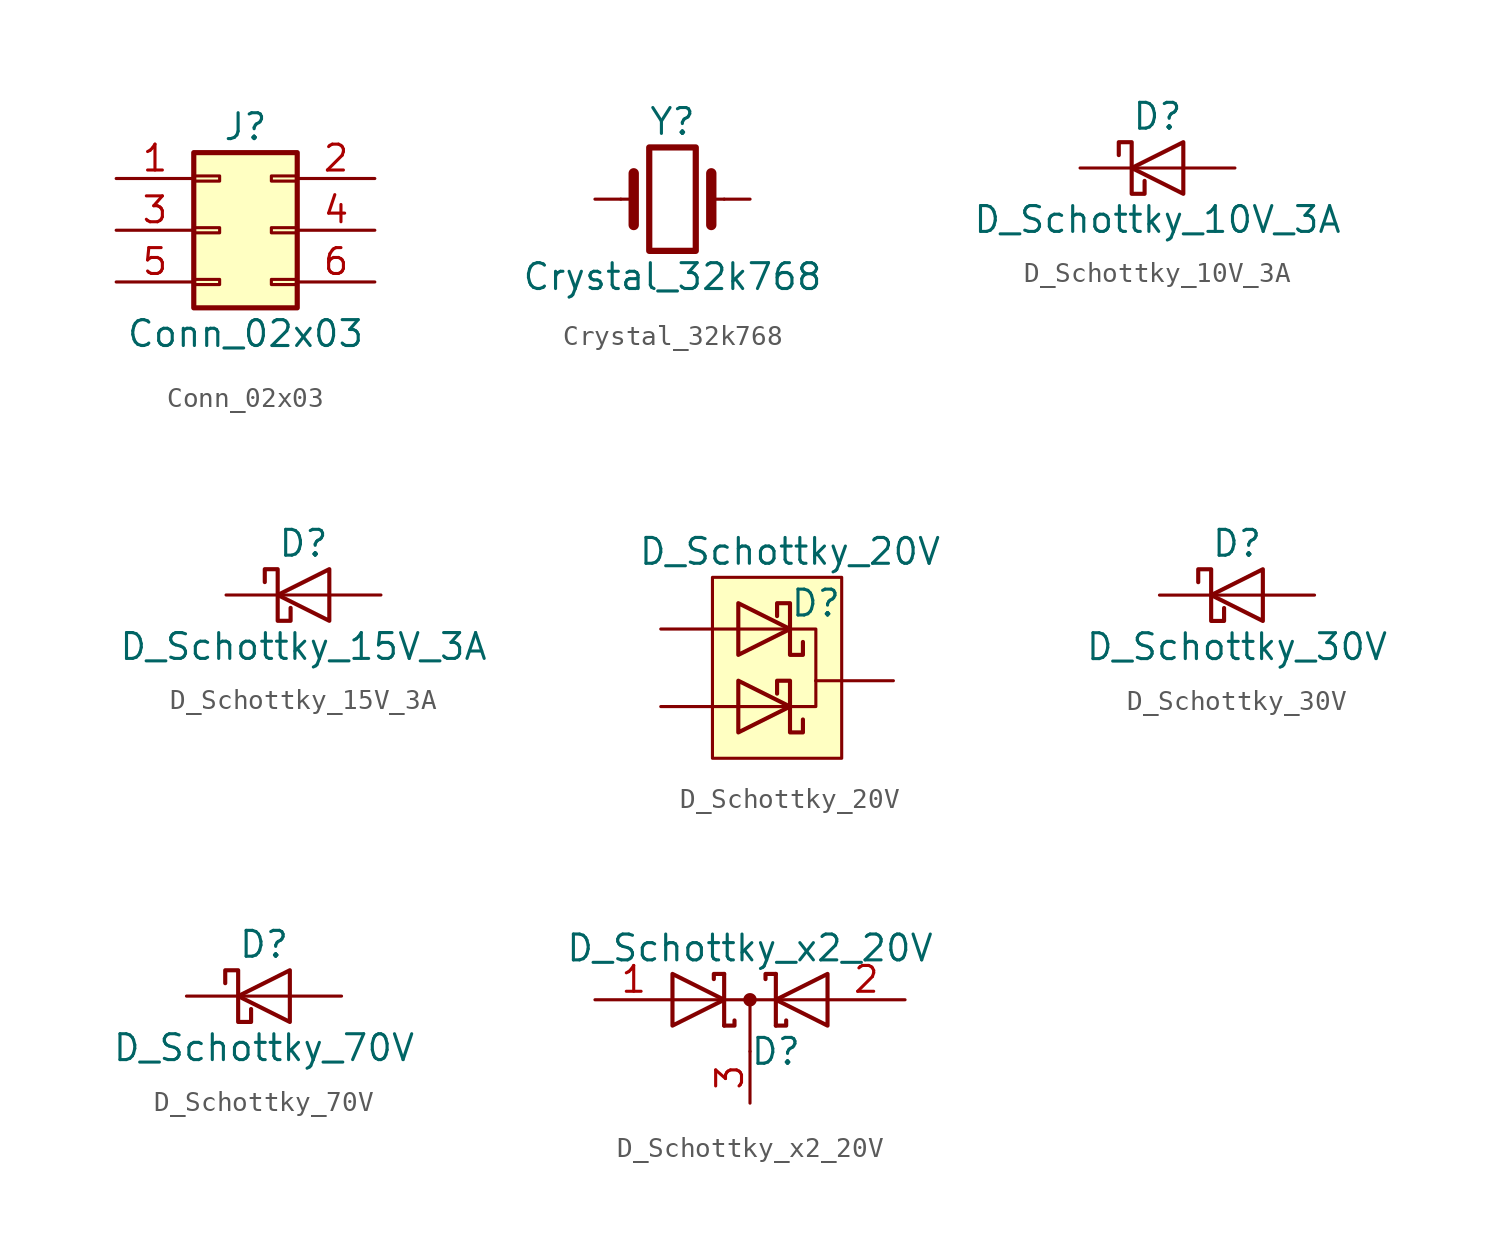
<source format=kicad_sym>
(kicad_symbol_lib
  (version 20211014)
  (generator kicad_symbol_editor)
  (symbol "Conn_02x03"
    (pin_names
      (offset 1.016) hide)
    (property "Reference" "J"
      (at 1.27 5.08 0)
      (effects (font (size 1.27 1.27))))
    (property "Value" "Conn_02x03"
      (at 1.27 -5.08 0)
      (effects (font (size 1.27 1.27))))
    (symbol "Conn_02x03_1_1"
      (rectangle (start -1.27 -2.413) (end 0 -2.667) (stroke (width 0.152) (type default) (color 0 0 0 0)) (fill (type none)))
      (rectangle (start -1.27 0.127) (end 0 -0.127) (stroke (width 0.152) (type default) (color 0 0 0 0)) (fill (type none)))
      (rectangle (start -1.27 2.667) (end 0 2.413) (stroke (width 0.152) (type default) (color 0 0 0 0)) (fill (type none)))
      (rectangle (start -1.27 3.81) (end 3.81 -3.81) (stroke (width 0.254) (type default) (color 0 0 0 0)) (fill (type background)))
      (rectangle (start 3.81 -2.413) (end 2.54 -2.667) (stroke (width 0.152) (type default) (color 0 0 0 0)) (fill (type none)))
      (rectangle (start 3.81 0.127) (end 2.54 -0.127) (stroke (width 0.152) (type default) (color 0 0 0 0)) (fill (type none)))
      (rectangle (start 3.81 2.667) (end 2.54 2.413) (stroke (width 0.152) (type default) (color 0 0 0 0)) (fill (type none)))
      (pin passive line (at -5.08 2.54 0) (length 3.81) (name "Pin_1" (effects (font (size 1.27 1.27)))) (number "1" (effects (font (size 1.27 1.27)))))
      (pin passive line (at 7.62 2.54 180) (length 3.81) (name "Pin_2" (effects (font (size 1.27 1.27)))) (number "2" (effects (font (size 1.27 1.27)))))
      (pin passive line (at -5.08 0 0) (length 3.81) (name "Pin_3" (effects (font (size 1.27 1.27)))) (number "3" (effects (font (size 1.27 1.27)))))
      (pin passive line (at 7.62 0 180) (length 3.81) (name "Pin_4" (effects (font (size 1.27 1.27)))) (number "4" (effects (font (size 1.27 1.27)))))
      (pin passive line (at -5.08 -2.54 0) (length 3.81) (name "Pin_5" (effects (font (size 1.27 1.27)))) (number "5" (effects (font (size 1.27 1.27)))))
      (pin passive line (at 7.62 -2.54 180) (length 3.81) (name "Pin_6" (effects (font (size 1.27 1.27)))) (number "6" (effects (font (size 1.27 1.27)))))))
  (symbol "Crystal_32k768"
    (pin_numbers hide)
    (pin_names
      (offset 1.016) hide)
    (property "Reference" "Y"
      (at 0 3.81 0)
      (effects (font (size 1.27 1.27))))
    (property "Value" "Crystal_32k768"
      (at 0 -3.81 0)
      (effects (font (size 1.27 1.27))))
    (symbol "Crystal_32k768_0_1"
      (rectangle (start -1.143 2.54) (end 1.143 -2.54) (stroke (width 0.305) (type default) (color 0 0 0 0)) (fill (type none)))
      (polyline (pts (xy -2.54 0) (xy -1.905 0)) (stroke (width 0) (type default) (color 0 0 0 0)) (fill (type none)))
      (polyline (pts (xy -1.905 -1.27) (xy -1.905 1.27)) (stroke (width 0.508) (type default) (color 0 0 0 0)) (fill (type none)))
      (polyline (pts (xy 1.905 -1.27) (xy 1.905 1.27)) (stroke (width 0.508) (type default) (color 0 0 0 0)) (fill (type none)))
      (polyline (pts (xy 2.54 0) (xy 1.905 0)) (stroke (width 0) (type default) (color 0 0 0 0)) (fill (type none))))
    (symbol "Crystal_32k768_1_1"
      (pin passive line (at -3.81 0 0) (length 1.27) (name "1" (effects (font (size 1.27 1.27)))) (number "1" (effects (font (size 1.27 1.27)))))
      (pin passive line (at 3.81 0 180) (length 1.27) (name "2" (effects (font (size 1.27 1.27)))) (number "2" (effects (font (size 1.27 1.27)))))))
  (symbol "D_Schottky_10V_3A"
    (pin_numbers hide)
    (pin_names
      (offset 1.016) hide)
    (property "Reference" "D"
      (at 0 2.54 0)
      (effects (font (size 1.27 1.27))))
    (property "Value" "D_Schottky_10V_3A"
      (at 0 -2.54 0)
      (effects (font (size 1.27 1.27))))
    (symbol "D_Schottky_10V_3A_0_1"
      (polyline (pts (xy 1.27 0) (xy -1.27 0)) (stroke (width 0) (type default) (color 0 0 0 0)) (fill (type none)))
      (polyline (pts (xy 1.27 1.27) (xy 1.27 -1.27) (xy -1.27 0) (xy 1.27 1.27)) (stroke (width 0.203) (type default) (color 0 0 0 0)) (fill (type none)))
      (polyline (pts (xy -1.905 0.635) (xy -1.905 1.27) (xy -1.27 1.27) (xy -1.27 -1.27) (xy -0.635 -1.27) (xy -0.635 -0.635)) (stroke (width 0.203) (type default) (color 0 0 0 0)) (fill (type none))))
    (symbol "D_Schottky_10V_3A_1_1"
      (pin passive line (at -3.81 0 0) (length 2.54) (name "K" (effects (font (size 1.27 1.27)))) (number "1" (effects (font (size 1.27 1.27)))))
      (pin passive line (at 3.81 0 180) (length 2.54) (name "A" (effects (font (size 1.27 1.27)))) (number "2" (effects (font (size 1.27 1.27)))))))
  (symbol "D_Schottky_15V_3A"
    (pin_numbers hide)
    (pin_names
      (offset 1.016) hide)
    (property "Reference" "D"
      (at 0 2.54 0)
      (effects (font (size 1.27 1.27))))
    (property "Value" "D_Schottky_15V_3A"
      (at 0 -2.54 0)
      (effects (font (size 1.27 1.27))))
    (symbol "D_Schottky_15V_3A_0_1"
      (polyline (pts (xy 1.27 0) (xy -1.27 0)) (stroke (width 0) (type default) (color 0 0 0 0)) (fill (type none)))
      (polyline (pts (xy 1.27 1.27) (xy 1.27 -1.27) (xy -1.27 0) (xy 1.27 1.27)) (stroke (width 0.203) (type default) (color 0 0 0 0)) (fill (type none)))
      (polyline (pts (xy -1.905 0.635) (xy -1.905 1.27) (xy -1.27 1.27) (xy -1.27 -1.27) (xy -0.635 -1.27) (xy -0.635 -0.635)) (stroke (width 0.203) (type default) (color 0 0 0 0)) (fill (type none))))
    (symbol "D_Schottky_15V_3A_1_1"
      (pin passive line (at -3.81 0 0) (length 2.54) (name "K" (effects (font (size 1.27 1.27)))) (number "1" (effects (font (size 1.27 1.27)))))
      (pin passive line (at 3.81 0 180) (length 2.54) (name "A" (effects (font (size 1.27 1.27)))) (number "2" (effects (font (size 1.27 1.27)))))))
  (symbol "D_Schottky_20V"
    (pin_numbers hide)
    (pin_names hide)
    (property "Reference" "D"
      (at 2.54 7.62 0)
      (effects (font (size 1.27 1.27))))
    (property "Value" "D_Schottky_20V"
      (at 1.27 10.16 0)
      (effects (font (size 1.27 1.27))))
    (symbol "D_Schottky_20V_0_1"
      (rectangle (start -2.54 8.89) (end 3.81 0) (stroke (width 0) (type default) (color 0 0 0 0)) (fill (type background)))
      (polyline (pts (xy -2.54 2.54) (xy -1.27 2.54)) (stroke (width 0) (type default) (color 0 0 0 0)) (fill (type none)))
      (polyline (pts (xy -2.54 6.35) (xy -1.27 6.35)) (stroke (width 0) (type default) (color 0 0 0 0)) (fill (type none)))
      (polyline (pts (xy -1.27 2.54) (xy 1.27 2.54)) (stroke (width 0) (type default) (color 0 0 0 0)) (fill (type none)))
      (polyline (pts (xy 2.54 3.81) (xy 3.81 3.81)) (stroke (width 0) (type default) (color 0 0 0 0)) (fill (type none)))
      (polyline (pts (xy 1.27 2.54) (xy 2.54 2.54) (xy 2.54 3.81)) (stroke (width 0) (type default) (color 0 0 0 0)) (fill (type none)))
      (polyline (pts (xy 2.54 3.81) (xy 2.54 6.35) (xy 1.27 6.35)) (stroke (width 0) (type default) (color 0 0 0 0)) (fill (type none)))
      (polyline (pts (xy -1.27 1.27) (xy -1.27 3.81) (xy 1.27 2.54) (xy -1.27 1.27)) (stroke (width 0.203) (type default) (color 0 0 0 0)) (fill (type none)))
      (polyline (pts (xy 1.905 1.905) (xy 1.905 1.27) (xy 1.27 1.27) (xy 1.27 3.81) (xy 0.635 3.81) (xy 0.635 3.175)) (stroke (width 0.203) (type default) (color 0 0 0 0)) (fill (type none))))
    (symbol "D_Schottky_20V_1_1"
      (polyline (pts (xy -1.27 6.35) (xy 1.27 6.35)) (stroke (width 0) (type default) (color 0 0 0 0)) (fill (type none)))
      (polyline (pts (xy -1.27 5.08) (xy -1.27 7.62) (xy 1.27 6.35) (xy -1.27 5.08)) (stroke (width 0.203) (type default) (color 0 0 0 0)) (fill (type none)))
      (polyline (pts (xy 1.905 5.715) (xy 1.905 5.08) (xy 1.27 5.08) (xy 1.27 7.62) (xy 0.635 7.62) (xy 0.635 6.985)) (stroke (width 0.203) (type default) (color 0 0 0 0)) (fill (type none)))
      (pin passive line (at -5.08 6.35 0) (length 2.54) (name "A" (effects (font (size 1.27 1.27)))) (number "1" (effects (font (size 1.27 1.27)))))
      (pin passive line (at -5.08 2.54 0) (length 2.54) (name "A" (effects (font (size 1.27 1.27)))) (number "2" (effects (font (size 1.27 1.27)))))
      (pin passive line (at 6.35 3.81 180) (length 2.54) (name "C" (effects (font (size 1.27 1.27)))) (number "3" (effects (font (size 1.27 1.27)))))))
  (symbol "D_Schottky_30V"
    (pin_numbers hide)
    (pin_names
      (offset 1.016) hide)
    (property "Reference" "D"
      (at 0 2.54 0)
      (effects (font (size 1.27 1.27))))
    (property "Value" "D_Schottky_30V"
      (at 0 -2.54 0)
      (effects (font (size 1.27 1.27))))
    (symbol "D_Schottky_30V_0_1"
      (polyline (pts (xy 1.27 0) (xy -1.27 0)) (stroke (width 0) (type default) (color 0 0 0 0)) (fill (type none)))
      (polyline (pts (xy 1.27 1.27) (xy 1.27 -1.27) (xy -1.27 0) (xy 1.27 1.27)) (stroke (width 0.203) (type default) (color 0 0 0 0)) (fill (type none)))
      (polyline (pts (xy -1.905 0.635) (xy -1.905 1.27) (xy -1.27 1.27) (xy -1.27 -1.27) (xy -0.635 -1.27) (xy -0.635 -0.635)) (stroke (width 0.203) (type default) (color 0 0 0 0)) (fill (type none))))
    (symbol "D_Schottky_30V_1_1"
      (pin passive line (at -3.81 0 0) (length 2.54) (name "K" (effects (font (size 1.27 1.27)))) (number "1" (effects (font (size 1.27 1.27)))))
      (pin passive line (at 3.81 0 180) (length 2.54) (name "A" (effects (font (size 1.27 1.27)))) (number "2" (effects (font (size 1.27 1.27)))))))
  (symbol "D_Schottky_70V"
    (pin_numbers hide)
    (pin_names
      (offset 1.016) hide)
    (property "Reference" "D"
      (at 0 2.54 0)
      (effects (font (size 1.27 1.27))))
    (property "Value" "D_Schottky_70V"
      (at 0 -2.54 0)
      (effects (font (size 1.27 1.27))))
    (symbol "D_Schottky_70V_0_1"
      (polyline (pts (xy 1.27 0) (xy -1.27 0)) (stroke (width 0) (type default) (color 0 0 0 0)) (fill (type none)))
      (polyline (pts (xy 1.27 1.27) (xy 1.27 -1.27) (xy -1.27 0) (xy 1.27 1.27)) (stroke (width 0.203) (type default) (color 0 0 0 0)) (fill (type none)))
      (polyline (pts (xy -1.905 0.635) (xy -1.905 1.27) (xy -1.27 1.27) (xy -1.27 -1.27) (xy -0.635 -1.27) (xy -0.635 -0.635)) (stroke (width 0.203) (type default) (color 0 0 0 0)) (fill (type none))))
    (symbol "D_Schottky_70V_1_1"
      (pin passive line (at -3.81 0 0) (length 2.54) (name "K" (effects (font (size 1.27 1.27)))) (number "1" (effects (font (size 1.27 1.27)))))
      (pin passive line (at 3.81 0 180) (length 2.54) (name "A" (effects (font (size 1.27 1.27)))) (number "2" (effects (font (size 1.27 1.27)))))))
  (symbol "D_Schottky_x2_20V"
    (pin_names
      (offset 0.762) hide)
    (property "Reference" "D"
      (at 1.27 -2.54 0)
      (effects (font (size 1.27 1.27))))
    (property "Value" "D_Schottky_x2_20V"
      (at 0 2.54 0)
      (effects (font (size 1.27 1.27))))
    (symbol "D_Schottky_x2_20V_0_1"
      (polyline (pts (xy -3.81 0) (xy 3.81 0)) (stroke (width 0) (type default) (color 0 0 0 0)) (fill (type none)))
      (polyline (pts (xy 0 0) (xy 0 -2.54)) (stroke (width 0) (type default) (color 0 0 0 0)) (fill (type none)))
      (polyline (pts (xy -1.27 -1.27) (xy -1.27 1.27) (xy -1.27 1.27)) (stroke (width 0.203) (type default) (color 0 0 0 0)) (fill (type none)))
      (polyline (pts (xy 1.27 -1.27) (xy 1.27 1.27) (xy 1.27 1.27)) (stroke (width 0.203) (type default) (color 0 0 0 0)) (fill (type none)))
      (polyline (pts (xy -1.27 -1.27) (xy -0.762 -1.27) (xy -0.762 -1.016) (xy -0.762 -1.016)) (stroke (width 0.203) (type default) (color 0 0 0 0)) (fill (type none)))
      (polyline (pts (xy 1.27 -1.27) (xy 1.778 -1.27) (xy 1.778 -1.016) (xy 1.778 -1.016)) (stroke (width 0.203) (type default) (color 0 0 0 0)) (fill (type none)))
      (polyline (pts (xy 1.27 1.27) (xy 0.762 1.27) (xy 0.762 1.016) (xy 0.762 1.016)) (stroke (width 0.203) (type default) (color 0 0 0 0)) (fill (type none)))
      (polyline (pts (xy -1.778 1.016) (xy -1.778 1.27) (xy -1.27 1.27) (xy -1.27 1.27) (xy -1.27 1.27)) (stroke (width 0.203) (type default) (color 0 0 0 0)) (fill (type none)))
      (polyline (pts (xy -3.81 1.27) (xy -1.27 0) (xy -3.81 -1.27) (xy -3.81 1.27) (xy -3.81 1.27) (xy -3.81 1.27)) (stroke (width 0.203) (type default) (color 0 0 0 0)) (fill (type none)))
      (polyline (pts (xy 3.81 -1.27) (xy 1.27 0) (xy 3.81 1.27) (xy 3.81 -1.27) (xy 3.81 -1.27) (xy 3.81 -1.27)) (stroke (width 0.203) (type default) (color 0 0 0 0)) (fill (type none)))
      (circle (center 0 0) (radius 0.254) (stroke (width 0) (type default) (color 0 0 0 0)) (fill (type outline)))
      (pin passive line (at -7.62 0 0) (length 3.81) (name "A" (effects (font (size 1.27 1.27)))) (number "1" (effects (font (size 1.27 1.27)))))
      (pin passive line (at 7.62 0 180) (length 3.81) (name "A" (effects (font (size 1.27 1.27)))) (number "2" (effects (font (size 1.27 1.27)))))
      (pin passive line (at 0 -5.08 90) (length 2.54) (name "K" (effects (font (size 1.27 1.27)))) (number "3" (effects (font (size 1.27 1.27))))))))
</source>
